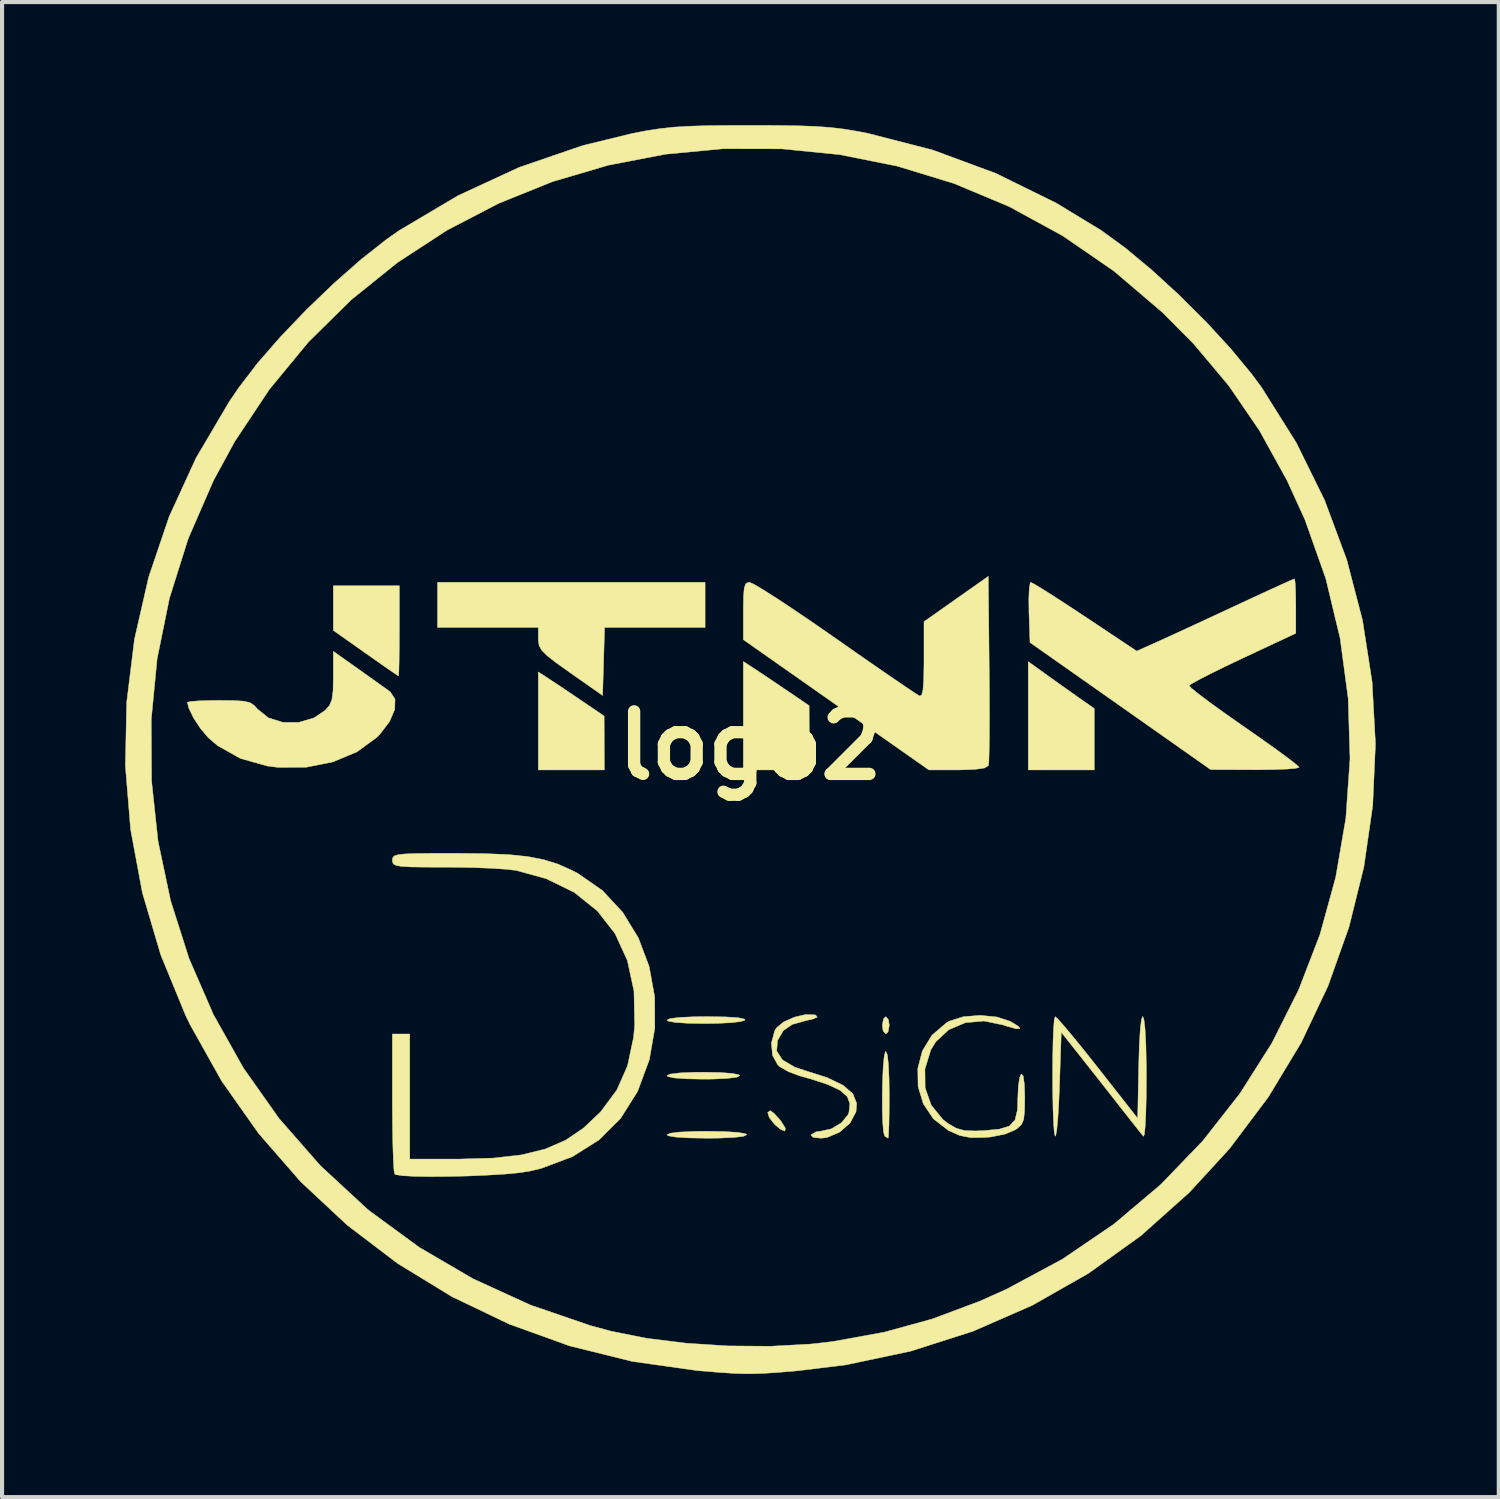
<source format=kicad_pcb>
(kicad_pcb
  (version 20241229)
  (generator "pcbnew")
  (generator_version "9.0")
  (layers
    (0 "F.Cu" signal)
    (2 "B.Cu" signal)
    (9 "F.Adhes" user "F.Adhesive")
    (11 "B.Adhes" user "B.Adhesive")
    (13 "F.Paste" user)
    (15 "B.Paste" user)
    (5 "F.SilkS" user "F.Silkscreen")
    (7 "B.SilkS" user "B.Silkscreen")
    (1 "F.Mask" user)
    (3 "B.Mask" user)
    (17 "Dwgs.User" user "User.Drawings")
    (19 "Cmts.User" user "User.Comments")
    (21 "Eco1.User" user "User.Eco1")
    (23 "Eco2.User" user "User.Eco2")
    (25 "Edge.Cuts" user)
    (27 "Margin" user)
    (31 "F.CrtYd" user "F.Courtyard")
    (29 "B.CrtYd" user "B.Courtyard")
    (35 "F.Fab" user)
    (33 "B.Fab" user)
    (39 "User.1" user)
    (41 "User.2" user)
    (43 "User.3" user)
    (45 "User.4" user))
  (footprint "logo2"
    (layer "F.Cu")
    (at 15.232 15.118)
    (property "Reference" "logo2" (at 0 0 0) (layer "F.SilkS") (effects (font (size 1.524 1.524) (thickness 0.3))))
    (attr through_hole)
    (fp_poly (pts (xy 3.366 6.676) (xy 3.387 6.816) (xy 3.358 6.975) (xy 3.302 7.027) (xy 3.238 6.955) (xy 3.217 6.816) (xy 3.246 6.657) (xy 3.302 6.604) (xy 3.366 6.676)) (stroke (width 0.01) (type solid)) (fill yes) (layer "F.SilkS"))
    (fp_poly (pts (xy 7.176 -1.757) (xy 7.493 -1.53) (xy 7.837 -1.286) (xy 7.98 -1.185) (xy 8.382 -0.903) (xy 8.382 0.593) (xy 6.773 0.593) (xy 6.773 -2.046) (xy 7.176 -1.757)) (stroke (width 0.01) (type solid)) (fill yes) (layer "F.SilkS"))
    (fp_poly (pts (xy -4.923 -1.638) (xy -4.735 -1.514) (xy -4.462 -1.331) (xy -4.159 -1.126) (xy -4.121 -1.101) (xy -3.561 -0.72) (xy -3.556 0.593) (xy -5.165 0.593) (xy -5.165 -1.795) (xy -4.923 -1.638)) (stroke (width 0.01) (type solid)) (fill yes) (layer "F.SilkS"))
    (fp_poly (pts (xy 0.072 -1.892) (xy 0.26 -1.768) (xy 0.533 -1.585) (xy 0.836 -1.38) (xy 0.874 -1.355) (xy 1.434 -0.974) (xy 1.437 -0.191) (xy 1.439 0.593) (xy -0.169 0.593) (xy -0.169 -2.049) (xy 0.072 -1.892)) (stroke (width 0.01) (type solid)) (fill yes) (layer "F.SilkS"))
    (fp_poly (pts (xy 0.576 8.958) (xy 0.715 9.109) (xy 0.747 9.149) (xy 0.856 9.323) (xy 0.844 9.394) (xy 0.734 9.35) (xy 0.593 9.229) (xy 0.463 9.064) (xy 0.424 8.939) (xy 0.487 8.895) (xy 0.576 8.958)) (stroke (width 0.01) (type solid)) (fill yes) (layer "F.SilkS"))
    (fp_poly (pts (xy -8.551 -2.794) (xy -8.553 -2.385) (xy -8.557 -2.045) (xy -8.563 -1.807) (xy -8.571 -1.7) (xy -8.572 -1.697) (xy -8.646 -1.745) (xy -8.829 -1.87) (xy -9.093 -2.055) (xy -9.377 -2.254) (xy -10.16 -2.807) (xy -10.16 -3.895) (xy -8.551 -3.895) (xy -8.551 -2.794)) (stroke (width 0.01) (type solid)) (fill yes) (layer "F.SilkS"))
    (fp_poly (pts (xy -1.101 -2.879) (xy -3.55 -2.879) (xy -3.574 -2.05) (xy -3.598 -1.221) (xy -4.381 -1.77) (xy -4.724 -2.014) (xy -4.949 -2.189) (xy -5.081 -2.321) (xy -5.145 -2.436) (xy -5.164 -2.559) (xy -5.165 -2.599) (xy -5.165 -2.879) (xy -7.62 -2.879) (xy -7.62 -3.979) (xy -1.101 -3.979) (xy -1.101 -2.879)) (stroke (width 0.01) (type solid)) (fill yes) (layer "F.SilkS"))
    (fp_poly (pts (xy -0.736 7.966) (xy -0.44 7.988) (xy -0.278 8.021) (xy -0.254 8.043) (xy -0.335 8.082) (xy -0.562 8.11) (xy -0.912 8.126) (xy -1.143 8.128) (xy -1.55 8.12) (xy -1.846 8.099) (xy -2.008 8.065) (xy -2.032 8.043) (xy -1.951 8.005) (xy -1.724 7.976) (xy -1.374 7.961) (xy -1.143 7.959) (xy -0.736 7.966)) (stroke (width 0.01) (type solid)) (fill yes) (layer "F.SilkS"))
    (fp_poly (pts (xy -0.625 9.405) (xy -0.306 9.425) (xy -0.122 9.456) (xy -0.085 9.483) (xy -0.166 9.52) (xy -0.396 9.548) (xy -0.754 9.564) (xy -1.058 9.567) (xy -1.492 9.56) (xy -1.81 9.54) (xy -1.994 9.509) (xy -2.032 9.483) (xy -1.951 9.445) (xy -1.721 9.417) (xy -1.363 9.401) (xy -1.058 9.398) (xy -0.625 9.405)) (stroke (width 0.01) (type solid)) (fill yes) (layer "F.SilkS"))
    (fp_poly (pts (xy -0.598 6.611) (xy -0.29 6.631) (xy -0.14 6.664) (xy -0.127 6.689) (xy -0.23 6.724) (xy -0.469 6.752) (xy -0.81 6.769) (xy -1.106 6.773) (xy -1.524 6.766) (xy -1.831 6.745) (xy -2.002 6.713) (xy -2.032 6.689) (xy -1.951 6.651) (xy -1.721 6.623) (xy -1.362 6.607) (xy -1.053 6.604) (xy -0.598 6.611)) (stroke (width 0.01) (type solid)) (fill yes) (layer "F.SilkS"))
    (fp_poly (pts (xy 3.339 7.532) (xy 3.366 7.764) (xy 3.382 8.129) (xy 3.387 8.509) (xy 3.385 8.91) (xy 3.379 9.241) (xy 3.37 9.471) (xy 3.36 9.566) (xy 3.358 9.567) (xy 3.282 9.519) (xy 3.274 9.511) (xy 3.245 9.403) (xy 3.227 9.174) (xy 3.217 8.863) (xy 3.217 8.509) (xy 3.224 8.153) (xy 3.239 7.833) (xy 3.262 7.589) (xy 3.29 7.461) (xy 3.302 7.451) (xy 3.339 7.532)) (stroke (width 0.01) (type solid)) (fill yes) (layer "F.SilkS"))
    (fp_poly (pts (xy -9.546 -1.862) (xy -9.249 -1.651) (xy -8.99 -1.466) (xy -8.811 -1.338) (xy -8.774 -1.311) (xy -8.656 -1.133) (xy -8.664 -0.881) (xy -8.789 -0.586) (xy -9.023 -0.279) (xy -9.101 -0.2) (xy -9.583 0.152) (xy -10.167 0.397) (xy -10.817 0.527) (xy -11.498 0.532) (xy -11.768 0.498) (xy -12.425 0.313) (xy -12.979 0.002) (xy -13.204 -0.19) (xy -13.394 -0.413) (xy -13.566 -0.675) (xy -13.684 -0.918) (xy -13.716 -1.056) (xy -13.638 -1.075) (xy -13.427 -1.091) (xy -13.123 -1.099) (xy -12.945 -1.101) (xy -12.576 -1.097) (xy -12.336 -1.082) (xy -12.185 -1.044) (xy -12.084 -0.976) (xy -12.009 -0.891) (xy -11.739 -0.675) (xy -11.386 -0.566) (xy -11 -0.566) (xy -10.628 -0.677) (xy -10.36 -0.858) (xy -10.254 -0.978) (xy -10.194 -1.122) (xy -10.166 -1.339) (xy -10.16 -1.672) (xy -10.16 -2.298) (xy -9.546 -1.862)) (stroke (width 0.01) (type solid)) (fill yes) (layer "F.SilkS"))
    (fp_poly (pts (xy 5.822 -1.873) (xy 5.827 -1.269) (xy 5.828 -0.717) (xy 5.826 -0.243) (xy 5.821 0.132) (xy 5.814 0.382) (xy 5.804 0.486) (xy 5.71 0.545) (xy 5.476 0.58) (xy 5.089 0.593) (xy 5.057 0.593) (xy 4.352 0.593) (xy 2.091 -0.994) (xy -0.169 -2.581) (xy -0.169 -3.28) (xy -0.165 -3.626) (xy -0.148 -3.836) (xy -0.111 -3.942) (xy -0.047 -3.978) (xy -0.018 -3.979) (xy 0.088 -3.932) (xy 0.313 -3.799) (xy 0.637 -3.593) (xy 1.042 -3.325) (xy 1.507 -3.01) (xy 2.015 -2.658) (xy 2.077 -2.615) (xy 2.586 -2.258) (xy 3.053 -1.934) (xy 3.459 -1.654) (xy 3.785 -1.432) (xy 4.013 -1.279) (xy 4.123 -1.211) (xy 4.128 -1.208) (xy 4.176 -1.231) (xy 4.208 -1.355) (xy 4.226 -1.604) (xy 4.233 -1.997) (xy 4.233 -2.094) (xy 4.233 -3.021) (xy 5.016 -3.573) (xy 5.8 -4.125) (xy 5.822 -1.873)) (stroke (width 0.01) (type solid)) (fill yes) (layer "F.SilkS"))
    (fp_poly (pts (xy 1.575 6.561) (xy 1.596 6.569) (xy 1.633 6.617) (xy 1.513 6.667) (xy 1.367 6.698) (xy 1.024 6.794) (xy 0.806 6.943) (xy 0.67 7.175) (xy 0.666 7.183) (xy 0.643 7.441) (xy 0.784 7.659) (xy 1.086 7.836) (xy 1.334 7.918) (xy 1.878 8.092) (xy 2.263 8.278) (xy 2.498 8.483) (xy 2.593 8.716) (xy 2.577 8.924) (xy 2.431 9.197) (xy 2.175 9.421) (xy 1.867 9.551) (xy 1.724 9.567) (xy 1.535 9.547) (xy 1.477 9.493) (xy 1.482 9.483) (xy 1.601 9.412) (xy 1.703 9.398) (xy 1.975 9.339) (xy 2.224 9.189) (xy 2.385 8.99) (xy 2.405 8.934) (xy 2.427 8.724) (xy 2.362 8.552) (xy 2.194 8.403) (xy 1.903 8.264) (xy 1.472 8.122) (xy 1.202 8.047) (xy 0.935 7.948) (xy 0.716 7.822) (xy 0.672 7.784) (xy 0.542 7.548) (xy 0.515 7.247) (xy 0.593 6.955) (xy 0.638 6.879) (xy 0.812 6.734) (xy 1.074 6.617) (xy 1.352 6.552) (xy 1.575 6.561)) (stroke (width 0.01) (type solid)) (fill yes) (layer "F.SilkS"))
    (fp_poly (pts (xy 9.593 6.68) (xy 9.62 6.913) (xy 9.64 7.293) (xy 9.651 7.816) (xy 9.652 8.103) (xy 9.648 8.578) (xy 9.638 8.983) (xy 9.622 9.291) (xy 9.602 9.477) (xy 9.581 9.521) (xy 9.499 9.421) (xy 9.342 9.223) (xy 9.136 8.961) (xy 9.03 8.826) (xy 8.735 8.45) (xy 8.402 8.026) (xy 8.096 7.639) (xy 8.065 7.599) (xy 7.578 6.985) (xy 7.535 8.284) (xy 7.517 8.725) (xy 7.494 9.093) (xy 7.469 9.362) (xy 7.443 9.504) (xy 7.429 9.518) (xy 7.407 9.417) (xy 7.39 9.184) (xy 7.377 8.854) (xy 7.37 8.459) (xy 7.367 8.033) (xy 7.37 7.61) (xy 7.377 7.222) (xy 7.39 6.903) (xy 7.407 6.686) (xy 7.43 6.604) (xy 7.43 6.604) (xy 7.5 6.667) (xy 7.656 6.844) (xy 7.881 7.113) (xy 8.157 7.453) (xy 8.467 7.844) (xy 9.44 9.083) (xy 9.464 7.844) (xy 9.48 7.288) (xy 9.504 6.897) (xy 9.533 6.668) (xy 9.564 6.597) (xy 9.593 6.68)) (stroke (width 0.01) (type solid)) (fill yes) (layer "F.SilkS"))
    (fp_poly (pts (xy 6.013 6.613) (xy 6.337 6.72) (xy 6.532 6.839) (xy 6.574 6.9) (xy 6.473 6.9) (xy 6.238 6.833) (xy 6.173 6.81) (xy 5.694 6.711) (xy 5.238 6.753) (xy 4.836 6.924) (xy 4.521 7.215) (xy 4.401 7.412) (xy 4.256 7.879) (xy 4.261 8.339) (xy 4.409 8.761) (xy 4.693 9.111) (xy 4.826 9.213) (xy 5.019 9.324) (xy 5.216 9.379) (xy 5.48 9.39) (xy 5.683 9.382) (xy 6.068 9.346) (xy 6.313 9.27) (xy 6.45 9.125) (xy 6.509 8.882) (xy 6.519 8.588) (xy 6.532 8.302) (xy 6.564 8.089) (xy 6.604 8.001) (xy 6.65 8.049) (xy 6.679 8.253) (xy 6.689 8.579) (xy 6.684 8.906) (xy 6.662 9.109) (xy 6.609 9.234) (xy 6.512 9.325) (xy 6.456 9.363) (xy 6.209 9.467) (xy 5.862 9.536) (xy 5.715 9.549) (xy 5.37 9.553) (xy 5.103 9.501) (xy 4.83 9.379) (xy 4.463 9.096) (xy 4.216 8.728) (xy 4.089 8.306) (xy 4.082 7.865) (xy 4.194 7.438) (xy 4.426 7.058) (xy 4.776 6.757) (xy 4.852 6.714) (xy 5.188 6.606) (xy 5.601 6.573) (xy 6.013 6.613)) (stroke (width 0.01) (type solid)) (fill yes) (layer "F.SilkS"))
    (fp_poly (pts (xy 13.276 -3.986) (xy 13.287 -3.779) (xy 13.292 -3.484) (xy 13.293 -3.4) (xy 13.293 -2.736) (xy 12.002 -2.132) (xy 11.574 -1.928) (xy 11.204 -1.746) (xy 10.917 -1.598) (xy 10.739 -1.498) (xy 10.693 -1.462) (xy 10.753 -1.396) (xy 10.933 -1.251) (xy 11.211 -1.042) (xy 11.566 -0.786) (xy 11.977 -0.497) (xy 12.023 -0.466) (xy 12.44 -0.174) (xy 12.806 0.086) (xy 13.097 0.3) (xy 13.294 0.453) (xy 13.374 0.527) (xy 13.375 0.529) (xy 13.296 0.553) (xy 13.08 0.572) (xy 12.758 0.584) (xy 12.362 0.589) (xy 12.298 0.589) (xy 11.218 0.585) (xy 9.017 -0.964) (xy 6.816 -2.512) (xy 6.791 -3.246) (xy 6.787 -3.574) (xy 6.798 -3.827) (xy 6.821 -3.965) (xy 6.834 -3.979) (xy 6.922 -3.934) (xy 7.128 -3.81) (xy 7.426 -3.621) (xy 7.793 -3.382) (xy 8.158 -3.141) (xy 9.416 -2.303) (xy 9.851 -2.497) (xy 10.069 -2.596) (xy 10.405 -2.75) (xy 10.829 -2.946) (xy 11.304 -3.166) (xy 11.758 -3.378) (xy 12.216 -3.591) (xy 12.62 -3.777) (xy 12.944 -3.925) (xy 13.166 -4.025) (xy 13.259 -4.064) (xy 13.261 -4.064) (xy 13.276 -3.986)) (stroke (width 0.01) (type solid)) (fill yes) (layer "F.SilkS"))
    (fp_poly (pts (xy -6.462 2.632) (xy -5.889 2.656) (xy -5.423 2.704) (xy -5.034 2.779) (xy -4.689 2.887) (xy -4.358 3.033) (xy -4.202 3.114) (xy -3.601 3.532) (xy -3.107 4.064) (xy -2.726 4.687) (xy -2.465 5.379) (xy -2.33 6.119) (xy -2.326 6.884) (xy -2.459 7.652) (xy -2.736 8.402) (xy -2.753 8.439) (xy -3.158 9.082) (xy -3.685 9.608) (xy -4.33 10.015) (xy -5.09 10.301) (xy -5.378 10.37) (xy -5.633 10.409) (xy -5.992 10.442) (xy -6.42 10.468) (xy -6.886 10.488) (xy -7.357 10.499) (xy -7.801 10.502) (xy -8.185 10.496) (xy -8.476 10.48) (xy -8.642 10.454) (xy -8.664 10.442) (xy -8.682 10.344) (xy -8.697 10.103) (xy -8.709 9.746) (xy -8.717 9.299) (xy -8.721 8.79) (xy -8.721 8.707) (xy -8.721 7.027) (xy -8.297 7.027) (xy -8.297 10.075) (xy -7.087 10.075) (xy -6.263 10.051) (xy -5.576 9.973) (xy -4.998 9.831) (xy -4.504 9.617) (xy -4.067 9.322) (xy -3.66 8.937) (xy -3.639 8.914) (xy -3.251 8.391) (xy -2.99 7.799) (xy -2.844 7.109) (xy -2.817 6.812) (xy -2.834 5.982) (xy -2.995 5.236) (xy -3.295 4.582) (xy -3.728 4.027) (xy -4.288 3.578) (xy -4.97 3.244) (xy -5.703 3.042) (xy -5.937 3.014) (xy -6.297 2.99) (xy -6.742 2.973) (xy -7.229 2.964) (xy -7.42 2.963) (xy -7.915 2.962) (xy -8.265 2.957) (xy -8.496 2.944) (xy -8.632 2.92) (xy -8.698 2.883) (xy -8.719 2.828) (xy -8.721 2.794) (xy -8.714 2.734) (xy -8.677 2.69) (xy -8.588 2.66) (xy -8.424 2.641) (xy -8.162 2.63) (xy -7.78 2.626) (xy -7.254 2.625) (xy -7.172 2.625) (xy -6.462 2.632)) (stroke (width 0.01) (type solid)) (fill yes) (layer "F.SilkS"))
    (fp_poly (pts (xy 0.659 -15.111) (xy 1.184 -15.103) (xy 1.607 -15.087) (xy 1.963 -15.061) (xy 2.287 -15.022) (xy 2.613 -14.968) (xy 2.865 -14.919) (xy 4.451 -14.511) (xy 5.984 -13.944) (xy 7.461 -13.217) (xy 8.551 -12.554) (xy 9.14 -12.125) (xy 9.785 -11.588) (xy 10.451 -10.978) (xy 11.102 -10.329) (xy 11.704 -9.675) (xy 12.22 -9.051) (xy 12.459 -8.728) (xy 13.305 -7.38) (xy 13.996 -5.977) (xy 14.534 -4.53) (xy 14.919 -3.052) (xy 15.152 -1.552) (xy 15.234 -0.043) (xy 15.167 1.463) (xy 14.952 2.956) (xy 14.588 4.424) (xy 14.079 5.856) (xy 13.423 7.24) (xy 12.623 8.565) (xy 11.68 9.819) (xy 10.695 10.892) (xy 9.514 11.946) (xy 8.236 12.863) (xy 6.87 13.64) (xy 5.424 14.272) (xy 3.906 14.757) (xy 2.324 15.091) (xy 1.143 15.235) (xy 0.663 15.275) (xy 0.289 15.299) (xy -0.033 15.307) (xy -0.355 15.3) (xy -0.73 15.276) (xy -1.212 15.236) (xy -1.303 15.228) (xy -2.877 15.006) (xy -4.404 14.627) (xy -5.872 14.098) (xy -7.272 13.427) (xy -8.593 12.619) (xy -9.824 11.683) (xy -10.956 10.626) (xy -11.978 9.454) (xy -12.88 8.175) (xy -13.652 6.797) (xy -13.757 6.58) (xy -14.365 5.1) (xy -14.813 3.585) (xy -15.099 2.047) (xy -15.227 0.497) (xy -15.204 -0.629) (xy -14.597 -0.629) (xy -14.589 0.856) (xy -14.431 2.33) (xy -14.125 3.778) (xy -13.675 5.19) (xy -13.082 6.554) (xy -12.35 7.857) (xy -11.48 9.089) (xy -10.475 10.236) (xy -9.339 11.287) (xy -9.271 11.343) (xy -8.069 12.224) (xy -6.757 12.991) (xy -5.358 13.631) (xy -3.895 14.133) (xy -3.396 14.268) (xy -2.533 14.441) (xy -1.562 14.562) (xy -0.535 14.628) (xy 0.493 14.636) (xy 1.47 14.583) (xy 2.013 14.521) (xy 3.26 14.294) (xy 4.435 13.971) (xy 5.599 13.535) (xy 6.241 13.247) (xy 7.604 12.515) (xy 8.859 11.661) (xy 10 10.697) (xy 11.025 9.633) (xy 11.929 8.481) (xy 12.709 7.251) (xy 13.361 5.954) (xy 13.882 4.602) (xy 14.266 3.205) (xy 14.512 1.773) (xy 14.614 0.319) (xy 14.569 -1.147) (xy 14.373 -2.614) (xy 14.023 -4.071) (xy 13.514 -5.508) (xy 13.079 -6.461) (xy 12.407 -7.677) (xy 11.658 -8.772) (xy 10.801 -9.792) (xy 10.044 -10.555) (xy 8.862 -11.562) (xy 7.614 -12.421) (xy 6.312 -13.132) (xy 4.964 -13.697) (xy 3.584 -14.119) (xy 2.18 -14.4) (xy 0.764 -14.541) (xy -0.654 -14.544) (xy -2.062 -14.411) (xy -3.451 -14.144) (xy -4.809 -13.745) (xy -6.126 -13.215) (xy -7.391 -12.557) (xy -8.593 -11.773) (xy -9.722 -10.864) (xy -10.767 -9.833) (xy -11.717 -8.681) (xy -12.562 -7.41) (xy -13.079 -6.461) (xy -13.696 -5.043) (xy -14.153 -3.591) (xy -14.453 -2.116) (xy -14.597 -0.629) (xy -15.204 -0.629) (xy -15.195 -1.053) (xy -15.006 -2.59) (xy -14.66 -4.104) (xy -14.159 -5.582) (xy -13.503 -7.012) (xy -12.694 -8.384) (xy -12.459 -8.728) (xy -12.005 -9.321) (xy -11.446 -9.962) (xy -10.818 -10.618) (xy -10.156 -11.254) (xy -9.495 -11.837) (xy -8.871 -12.33) (xy -8.551 -12.554) (xy -7.122 -13.401) (xy -5.632 -14.09) (xy -4.086 -14.621) (xy -2.865 -14.919) (xy -2.517 -14.985) (xy -2.195 -15.034) (xy -1.866 -15.07) (xy -1.493 -15.093) (xy -1.045 -15.106) (xy -0.485 -15.112) (xy 0 -15.113) (xy 0.659 -15.111)) (stroke (width 0.01) (type solid)) (fill yes) (layer "F.SilkS")))
  (gr_rect
    (start -3 -3)
    (end 33.471 33.43)
    (stroke (width 0.1) (type default))
    (fill no)
    (layer "Edge.Cuts")))
</source>
